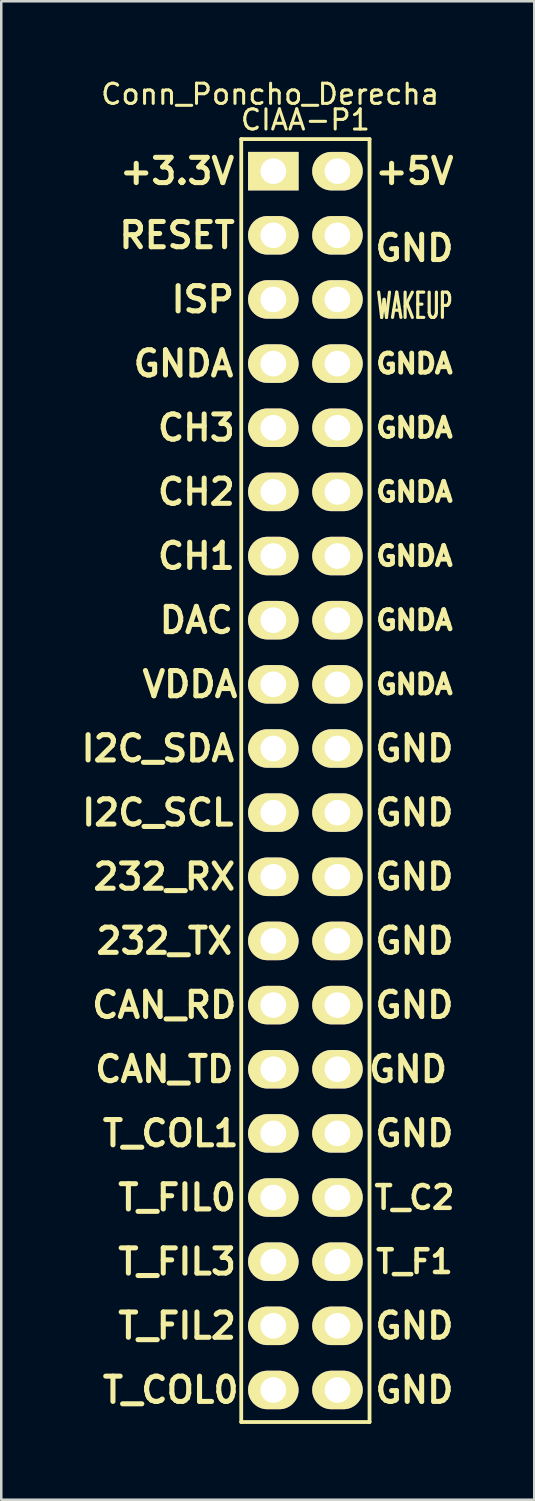
<source format=kicad_pcb>
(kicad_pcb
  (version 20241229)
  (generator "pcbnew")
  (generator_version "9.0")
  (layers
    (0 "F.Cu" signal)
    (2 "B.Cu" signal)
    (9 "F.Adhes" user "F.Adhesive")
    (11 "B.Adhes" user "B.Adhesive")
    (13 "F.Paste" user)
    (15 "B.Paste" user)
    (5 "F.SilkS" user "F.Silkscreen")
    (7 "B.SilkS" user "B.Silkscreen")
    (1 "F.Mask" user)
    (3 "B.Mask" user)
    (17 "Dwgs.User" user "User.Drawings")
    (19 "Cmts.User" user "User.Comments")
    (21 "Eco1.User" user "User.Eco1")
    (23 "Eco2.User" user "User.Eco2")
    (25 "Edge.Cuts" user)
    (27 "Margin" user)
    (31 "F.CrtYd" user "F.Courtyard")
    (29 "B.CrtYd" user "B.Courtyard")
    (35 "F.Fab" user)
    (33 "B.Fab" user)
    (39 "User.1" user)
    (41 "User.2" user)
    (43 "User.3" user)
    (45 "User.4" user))
  (footprint "Conn_Poncho_Derecha"
    (layer "F.Cu")
    (at 7.772 3.727)
    (property "Reference" "Conn_Poncho_Derecha" (at -0.127 -3.048 0) (layer "F.SilkS") (effects (font (size 0.8 0.8) (thickness 0.12))))
    (attr through_hole)
    (fp_line (start -1.27 49.53) (end -1.27 -1.27) (stroke (width 0.15) (type solid)) (layer "F.SilkS"))
    (fp_line (start 3.81 -1.27) (end -1.27 -1.27) (stroke (width 0.15) (type solid)) (layer "F.SilkS"))
    (fp_line (start 3.81 49.53) (end -1.27 49.53) (stroke (width 0.15) (type solid)) (layer "F.SilkS"))
    (fp_line (start 3.81 49.53) (end 3.81 -1.27) (stroke (width 0.15) (type solid)) (layer "F.SilkS"))
    (fp_text user "CH2" (at -3.048 12.7 0) (layer "F.SilkS") (effects (font (size 1 1) (thickness 0.2))))
    (fp_text user "GNDA" (at -3.556 7.62 0) (layer "F.SilkS") (effects (font (size 1 1) (thickness 0.2))))
    (fp_text user "+5V" (at 5.588 0 0) (layer "F.SilkS") (effects (font (size 1 1) (thickness 0.2))))
    (fp_text user "GNDA" (at 5.588 20.32 0) (layer "F.SilkS") (effects (font (size 0.76 0.76) (thickness 0.19))))
    (fp_text user "T_FIL2" (at -3.81 45.72 0) (layer "F.SilkS") (effects (font (size 1 1) (thickness 0.2))))
    (fp_text user "CIAA-P1" (at 1.27 -2.032 0) (layer "F.SilkS") (effects (font (size 0.8 0.8) (thickness 0.12))))
    (fp_text user "GND" (at 5.588 45.72 0) (layer "F.SilkS") (effects (font (size 1 1) (thickness 0.2))))
    (fp_text user "ISP" (at -2.794 5.08 0) (layer "F.SilkS") (effects (font (size 1 1) (thickness 0.2))))
    (fp_text user "CH1" (at -3.048 15.24 0) (layer "F.SilkS") (effects (font (size 1 1) (thickness 0.2))))
    (fp_text user "GND" (at 5.588 30.48 0) (layer "F.SilkS") (effects (font (size 1 1) (thickness 0.2))))
    (fp_text user "GNDA" (at 5.588 12.7 0) (layer "F.SilkS") (effects (font (size 0.76 0.76) (thickness 0.19))))
    (fp_text user "VDDA" (at -3.302 20.32 0) (layer "F.SilkS") (effects (font (size 1 1) (thickness 0.2))))
    (fp_text user "T_FIL0" (at -3.81 40.64 0) (layer "F.SilkS") (effects (font (size 1 1) (thickness 0.2))))
    (fp_text user "T_FIL3" (at -3.81 43.18 0) (layer "F.SilkS") (effects (font (size 1 1) (thickness 0.2))))
    (fp_text user "T_COL1" (at -4.064 38.1 0) (layer "F.SilkS") (effects (font (size 1 1) (thickness 0.2))))
    (fp_text user "GND" (at 5.588 27.94 0) (layer "F.SilkS") (effects (font (size 1 1) (thickness 0.2))))
    (fp_text user "GNDA" (at 5.588 10.16 0) (layer "F.SilkS") (effects (font (size 0.76 0.76) (thickness 0.19))))
    (fp_text user "GND" (at 5.334 35.56 0) (layer "F.SilkS") (effects (font (size 1 1) (thickness 0.2))))
    (fp_text user "CH3" (at -3.048 10.16 0) (layer "F.SilkS") (effects (font (size 1 1) (thickness 0.2))))
    (fp_text user "232_RX" (at -4.318 27.94 0) (layer "F.SilkS") (effects (font (size 1 1) (thickness 0.2))))
    (fp_text user "GND" (at 5.588 25.4 0) (layer "F.SilkS") (effects (font (size 1 1) (thickness 0.2))))
    (fp_text user "GND" (at 5.588 3.048 0) (layer "F.SilkS") (effects (font (size 1 1) (thickness 0.2))))
    (fp_text user "T_F1" (at 5.588 43.18 0) (layer "F.SilkS") (effects (font (size 0.9 0.9) (thickness 0.18))))
    (fp_text user "232_TX" (at -4.318 30.48 0) (layer "F.SilkS") (effects (font (size 1 1) (thickness 0.2))))
    (fp_text user "RESET" (at -3.81 2.54 0) (layer "F.SilkS") (effects (font (size 1 1) (thickness 0.2))))
    (fp_text user "GNDA" (at 5.588 7.62 0) (layer "F.SilkS") (effects (font (size 0.76 0.76) (thickness 0.19))))
    (fp_text user "+3.3V" (at -3.81 0 0) (layer "F.SilkS") (effects (font (size 1 1) (thickness 0.2))))
    (fp_text user "T_C2" (at 5.588 40.64 0) (layer "F.SilkS") (effects (font (size 0.9 0.9) (thickness 0.18))))
    (fp_text user "GNDA" (at 5.588 17.78 0) (layer "F.SilkS") (effects (font (size 0.76 0.76) (thickness 0.19))))
    (fp_text user "CAN_RD" (at -4.318 33.02 0) (layer "F.SilkS") (effects (font (size 1 1) (thickness 0.2))))
    (fp_text user "DAC" (at -3.048 17.78 0) (layer "F.SilkS") (effects (font (size 1 1) (thickness 0.2))))
    (fp_text user "GND" (at 5.588 38.1 0) (layer "F.SilkS") (effects (font (size 1 1) (thickness 0.2))))
    (fp_text user "GND" (at 5.588 48.26 0) (layer "F.SilkS") (effects (font (size 1 1) (thickness 0.2))))
    (fp_text user "T_COL0" (at -4.064 48.26 0) (layer "F.SilkS") (effects (font (size 1 1) (thickness 0.2))))
    (fp_text user "CAN_TD" (at -4.318 35.56 0) (layer "F.SilkS") (effects (font (size 1 1) (thickness 0.2))))
    (fp_text user "GNDA" (at 5.588 15.24 0) (layer "F.SilkS") (effects (font (size 0.76 0.76) (thickness 0.19))))
    (fp_text user "I2C_SDA" (at -4.572 22.86 0) (layer "F.SilkS") (effects (font (size 1 1) (thickness 0.2))))
    (fp_text user "GND" (at 5.588 22.86 0) (layer "F.SilkS") (effects (font (size 1 1) (thickness 0.2))))
    (fp_text user "GND" (at 5.588 33.02 0) (layer "F.SilkS") (effects (font (size 1 1) (thickness 0.2))))
    (fp_text user "WAKEUP" (at 5.588 5.334 0) (layer "F.SilkS") (effects (font (size 1 0.5) (thickness 0.125))))
    (fp_text user "I2C_SCL" (at -4.572 25.4 0) (layer "F.SilkS") (effects (font (size 1 1) (thickness 0.2))))
    (pad "1" thru_hole rect (at 0 0 270) (size 1.524 2) (drill 1.016) (layers "*.Cu" "*.Mask" "F.SilkS"))
    (pad "2" thru_hole oval (at 2.54 0 270) (size 1.524 2) (drill 1.016) (layers "*.Cu" "*.Mask" "F.SilkS"))
    (pad "3" thru_hole oval (at 0 2.54 270) (size 1.524 2) (drill 1.016) (layers "*.Cu" "*.Mask" "F.SilkS"))
    (pad "4" thru_hole oval (at 2.54 2.54 270) (size 1.524 2) (drill 1.016) (layers "*.Cu" "*.Mask" "F.SilkS"))
    (pad "5" thru_hole oval (at 0 5.08 270) (size 1.524 2) (drill 1.016) (layers "*.Cu" "*.Mask" "F.SilkS"))
    (pad "6" thru_hole oval (at 2.54 5.08 270) (size 1.524 2) (drill 1.016) (layers "*.Cu" "*.Mask" "F.SilkS"))
    (pad "7" thru_hole oval (at 0 7.62 270) (size 1.524 2) (drill 1.016) (layers "*.Cu" "*.Mask" "F.SilkS"))
    (pad "8" thru_hole oval (at 2.54 7.62 270) (size 1.524 2) (drill 1.016) (layers "*.Cu" "*.Mask" "F.SilkS"))
    (pad "9" thru_hole oval (at 0 10.16 270) (size 1.524 2) (drill 1.016) (layers "*.Cu" "*.Mask" "F.SilkS"))
    (pad "10" thru_hole oval (at 2.54 10.16 270) (size 1.524 2) (drill 1.016) (layers "*.Cu" "*.Mask" "F.SilkS"))
    (pad "11" thru_hole oval (at 0 12.7 270) (size 1.524 2) (drill 1.016) (layers "*.Cu" "*.Mask" "F.SilkS"))
    (pad "12" thru_hole oval (at 2.54 12.7 270) (size 1.524 2) (drill 1.016) (layers "*.Cu" "*.Mask" "F.SilkS"))
    (pad "13" thru_hole oval (at 0 15.24 270) (size 1.524 2) (drill 1.016) (layers "*.Cu" "*.Mask" "F.SilkS"))
    (pad "14" thru_hole oval (at 2.54 15.24 270) (size 1.524 2) (drill 1.016) (layers "*.Cu" "*.Mask" "F.SilkS"))
    (pad "15" thru_hole oval (at 0 17.78 270) (size 1.524 2) (drill 1.016) (layers "*.Cu" "*.Mask" "F.SilkS"))
    (pad "16" thru_hole oval (at 2.54 17.78 270) (size 1.524 2) (drill 1.016) (layers "*.Cu" "*.Mask" "F.SilkS"))
    (pad "17" thru_hole oval (at 0 20.32 270) (size 1.524 2) (drill 1.016) (layers "*.Cu" "*.Mask" "F.SilkS"))
    (pad "18" thru_hole oval (at 2.54 20.32 270) (size 1.524 2) (drill 1.016) (layers "*.Cu" "*.Mask" "F.SilkS"))
    (pad "19" thru_hole oval (at 0 22.86 270) (size 1.524 2) (drill 1.016) (layers "*.Cu" "*.Mask" "F.SilkS"))
    (pad "20" thru_hole oval (at 2.54 22.86 270) (size 1.524 2) (drill 1.016) (layers "*.Cu" "*.Mask" "F.SilkS"))
    (pad "21" thru_hole oval (at 0 25.4 270) (size 1.524 2) (drill 1.016) (layers "*.Cu" "*.Mask" "F.SilkS"))
    (pad "22" thru_hole oval (at 2.54 25.4 270) (size 1.524 2) (drill 1.016) (layers "*.Cu" "*.Mask" "F.SilkS"))
    (pad "23" thru_hole oval (at 0 27.94 270) (size 1.524 2) (drill 1.016) (layers "*.Cu" "*.Mask" "F.SilkS"))
    (pad "24" thru_hole oval (at 2.54 27.94 270) (size 1.524 2) (drill 1.016) (layers "*.Cu" "*.Mask" "F.SilkS"))
    (pad "25" thru_hole oval (at 0 30.48 270) (size 1.524 2) (drill 1.016) (layers "*.Cu" "*.Mask" "F.SilkS"))
    (pad "26" thru_hole oval (at 2.54 30.48 270) (size 1.524 2) (drill 1.016) (layers "*.Cu" "*.Mask" "F.SilkS"))
    (pad "27" thru_hole oval (at 0 33.02 270) (size 1.524 2) (drill 1.016) (layers "*.Cu" "*.Mask" "F.SilkS"))
    (pad "28" thru_hole oval (at 2.54 33.02 270) (size 1.524 2) (drill 1.016) (layers "*.Cu" "*.Mask" "F.SilkS"))
    (pad "29" thru_hole oval (at 0 35.56 270) (size 1.524 2) (drill 1.016) (layers "*.Cu" "*.Mask" "F.SilkS"))
    (pad "30" thru_hole oval (at 2.54 35.56 270) (size 1.524 2) (drill 1.016) (layers "*.Cu" "*.Mask" "F.SilkS"))
    (pad "31" thru_hole oval (at 0 38.1 270) (size 1.524 2) (drill 1.016) (layers "*.Cu" "*.Mask" "F.SilkS"))
    (pad "32" thru_hole oval (at 2.54 38.1 270) (size 1.524 2) (drill 1.016) (layers "*.Cu" "*.Mask" "F.SilkS"))
    (pad "33" thru_hole oval (at 0 40.64 270) (size 1.524 2) (drill 1.016) (layers "*.Cu" "*.Mask" "F.SilkS"))
    (pad "34" thru_hole oval (at 2.54 40.64 270) (size 1.524 2) (drill 1.016) (layers "*.Cu" "*.Mask" "F.SilkS"))
    (pad "35" thru_hole oval (at 0 43.18 270) (size 1.524 2) (drill 1.016) (layers "*.Cu" "*.Mask" "F.SilkS"))
    (pad "36" thru_hole oval (at 2.54 43.18 270) (size 1.524 2) (drill 1.016) (layers "*.Cu" "*.Mask" "F.SilkS"))
    (pad "37" thru_hole oval (at 0 45.72 270) (size 1.524 2) (drill 1.016) (layers "*.Cu" "*.Mask" "F.SilkS"))
    (pad "38" thru_hole oval (at 2.54 45.72 270) (size 1.524 2) (drill 1.016) (layers "*.Cu" "*.Mask" "F.SilkS"))
    (pad "39" thru_hole oval (at 0 48.26 270) (size 1.524 2) (drill 1.016) (layers "*.Cu" "*.Mask" "F.SilkS"))
    (pad "40" thru_hole oval (at 2.54 48.26 270) (size 1.524 2) (drill 1.016) (layers "*.Cu" "*.Mask" "F.SilkS")))
  (gr_rect
    (start -3 -3)
    (end 18.104 56.332)
    (stroke (width 0.1) (type default))
    (fill no)
    (layer "Edge.Cuts")))
</source>
